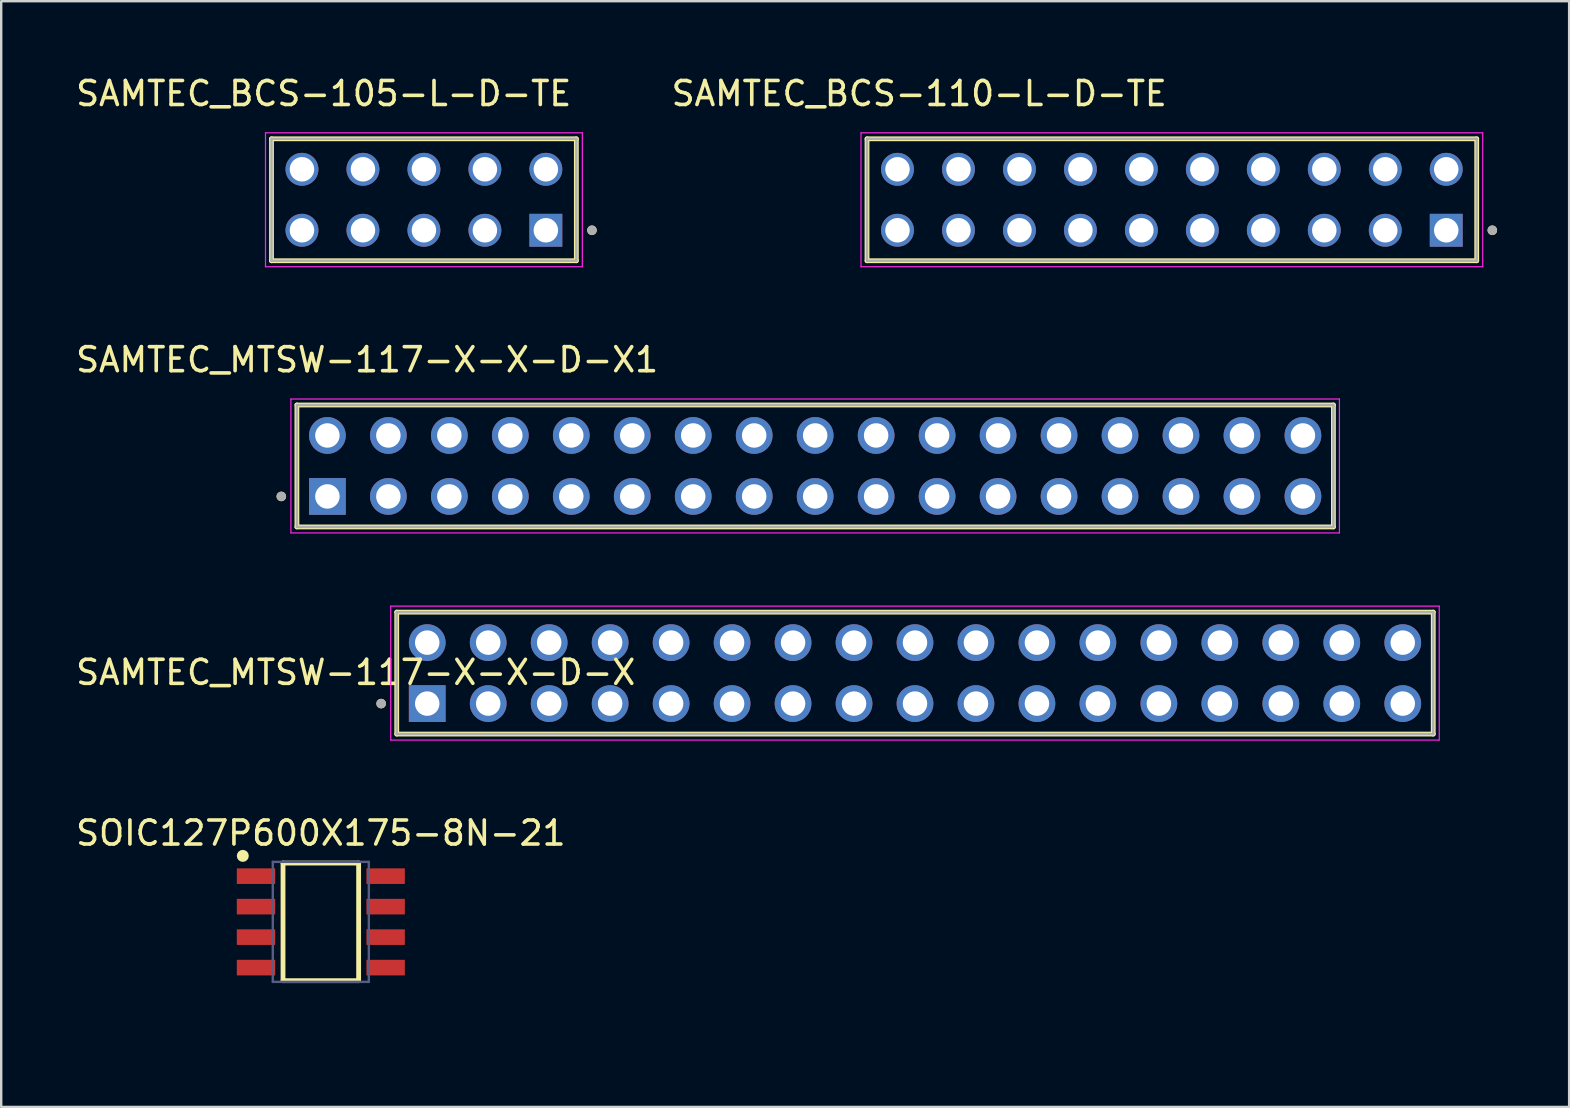
<source format=kicad_pcb>
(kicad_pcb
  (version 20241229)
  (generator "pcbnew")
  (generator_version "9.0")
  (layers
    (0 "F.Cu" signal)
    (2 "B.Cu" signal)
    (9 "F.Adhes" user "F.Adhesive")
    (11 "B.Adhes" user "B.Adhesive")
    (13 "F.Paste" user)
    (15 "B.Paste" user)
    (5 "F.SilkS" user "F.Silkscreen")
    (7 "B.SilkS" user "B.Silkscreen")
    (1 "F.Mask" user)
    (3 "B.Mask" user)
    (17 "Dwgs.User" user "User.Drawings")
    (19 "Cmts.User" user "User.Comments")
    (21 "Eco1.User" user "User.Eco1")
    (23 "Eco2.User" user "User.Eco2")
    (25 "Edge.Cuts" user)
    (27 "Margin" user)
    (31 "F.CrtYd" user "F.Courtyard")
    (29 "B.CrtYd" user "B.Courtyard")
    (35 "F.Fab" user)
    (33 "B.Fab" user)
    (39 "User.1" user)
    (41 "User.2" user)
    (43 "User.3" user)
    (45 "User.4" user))
  (footprint "SAMTEC_BCS-110-L-D-TE"
    (layer "F.Cu")
    (at 45.769 5.273)
    (property "Reference" "SAMTEC_BCS-110-L-D-TE" (at -10.525 -4.425 0) (layer "F.SilkS") (effects (font (size 1 1) (thickness 0.15))))
    (attr through_hole)
    (fp_line (start -12.7 2.54) (end -12.7 -2.54) (stroke (width 0.2) (type solid)) (layer "F.SilkS"))
    (fp_line (start 12.7 -2.54) (end -12.7 -2.54) (stroke (width 0.2) (type solid)) (layer "F.SilkS"))
    (fp_line (start 12.7 -2.54) (end 12.7 2.54) (stroke (width 0.2) (type solid)) (layer "F.SilkS"))
    (fp_line (start 12.7 2.54) (end -12.7 2.54) (stroke (width 0.2) (type solid)) (layer "F.SilkS"))
    (fp_circle (center 13.35 1.27) (end 13.45 1.27) (stroke (width 0.2) (type solid)) (fill no) (layer "F.SilkS"))
    (fp_line (start -12.95 -2.79) (end 12.95 -2.79) (stroke (width 0.05) (type solid)) (layer "F.CrtYd"))
    (fp_line (start -12.95 2.79) (end -12.95 -2.79) (stroke (width 0.05) (type solid)) (layer "F.CrtYd"))
    (fp_line (start 12.95 -2.79) (end 12.95 2.79) (stroke (width 0.05) (type solid)) (layer "F.CrtYd"))
    (fp_line (start 12.95 2.79) (end -12.95 2.79) (stroke (width 0.05) (type solid)) (layer "F.CrtYd"))
    (fp_line (start -12.7 -2.54) (end 12.7 -2.54) (stroke (width 0.1) (type solid)) (layer "F.Fab"))
    (fp_line (start -12.7 2.54) (end -12.7 -2.54) (stroke (width 0.1) (type solid)) (layer "F.Fab"))
    (fp_line (start 12.7 -2.54) (end 12.7 2.54) (stroke (width 0.1) (type solid)) (layer "F.Fab"))
    (fp_line (start 12.7 2.54) (end -12.7 2.54) (stroke (width 0.1) (type solid)) (layer "F.Fab"))
    (fp_circle (center 13.35 1.27) (end 13.45 1.27) (stroke (width 0.2) (type solid)) (fill no) (layer "F.Fab"))
    (pad "01" thru_hole rect (at 11.43 1.27) (size 1.37 1.37) (drill 1.02) (layers "*.Cu" "*.Mask"))
    (pad "02" thru_hole circle (at 11.43 -1.27) (size 1.37 1.37) (drill 1.02) (layers "*.Cu" "*.Mask"))
    (pad "03" thru_hole circle (at 8.89 1.27) (size 1.37 1.37) (drill 1.02) (layers "*.Cu" "*.Mask"))
    (pad "04" thru_hole circle (at 8.89 -1.27) (size 1.37 1.37) (drill 1.02) (layers "*.Cu" "*.Mask"))
    (pad "05" thru_hole circle (at 6.35 1.27) (size 1.37 1.37) (drill 1.02) (layers "*.Cu" "*.Mask"))
    (pad "06" thru_hole circle (at 6.35 -1.27) (size 1.37 1.37) (drill 1.02) (layers "*.Cu" "*.Mask"))
    (pad "07" thru_hole circle (at 3.81 1.27) (size 1.37 1.37) (drill 1.02) (layers "*.Cu" "*.Mask"))
    (pad "08" thru_hole circle (at 3.81 -1.27) (size 1.37 1.37) (drill 1.02) (layers "*.Cu" "*.Mask"))
    (pad "09" thru_hole circle (at 1.27 1.27) (size 1.37 1.37) (drill 1.02) (layers "*.Cu" "*.Mask"))
    (pad "10" thru_hole circle (at 1.27 -1.27) (size 1.37 1.37) (drill 1.02) (layers "*.Cu" "*.Mask"))
    (pad "11" thru_hole circle (at -1.27 1.27) (size 1.37 1.37) (drill 1.02) (layers "*.Cu" "*.Mask"))
    (pad "12" thru_hole circle (at -1.27 -1.27) (size 1.37 1.37) (drill 1.02) (layers "*.Cu" "*.Mask"))
    (pad "13" thru_hole circle (at -3.81 1.27) (size 1.37 1.37) (drill 1.02) (layers "*.Cu" "*.Mask"))
    (pad "14" thru_hole circle (at -3.81 -1.27) (size 1.37 1.37) (drill 1.02) (layers "*.Cu" "*.Mask"))
    (pad "15" thru_hole circle (at -6.35 1.27) (size 1.37 1.37) (drill 1.02) (layers "*.Cu" "*.Mask"))
    (pad "16" thru_hole circle (at -6.35 -1.27) (size 1.37 1.37) (drill 1.02) (layers "*.Cu" "*.Mask"))
    (pad "17" thru_hole circle (at -8.89 1.27) (size 1.37 1.37) (drill 1.02) (layers "*.Cu" "*.Mask"))
    (pad "18" thru_hole circle (at -8.89 -1.27) (size 1.37 1.37) (drill 1.02) (layers "*.Cu" "*.Mask"))
    (pad "19" thru_hole circle (at -11.43 1.27) (size 1.37 1.37) (drill 1.02) (layers "*.Cu" "*.Mask"))
    (pad "20" thru_hole circle (at -11.43 -1.27) (size 1.37 1.37) (drill 1.02) (layers "*.Cu" "*.Mask")))
  (footprint "SAMTEC_MTSW-117-X-X-D-X"
    (layer "F.Cu")
    (at 35.068 24.991)
    (property "Reference" "SAMTEC_MTSW-117-X-X-D-X" (at -23.3 -0.03 0) (layer "F.SilkS") (effects (font (size 1 1) (thickness 0.15))))
    (attr through_hole)
    (fp_line (start -21.59 2.54) (end -21.59 -2.54) (stroke (width 0.2) (type solid)) (layer "F.SilkS"))
    (fp_line (start 21.59 -2.54) (end -21.59 -2.54) (stroke (width 0.2) (type solid)) (layer "F.SilkS"))
    (fp_line (start 21.59 -2.54) (end 21.59 2.54) (stroke (width 0.2) (type solid)) (layer "F.SilkS"))
    (fp_line (start 21.59 2.54) (end -21.59 2.54) (stroke (width 0.2) (type solid)) (layer "F.SilkS"))
    (fp_circle (center -22.24 1.27) (end -22.14 1.27) (stroke (width 0.2) (type solid)) (fill no) (layer "F.SilkS"))
    (fp_line (start -21.84 -2.79) (end 21.84 -2.79) (stroke (width 0.05) (type solid)) (layer "F.CrtYd"))
    (fp_line (start -21.84 2.79) (end -21.84 -2.79) (stroke (width 0.05) (type solid)) (layer "F.CrtYd"))
    (fp_line (start 21.84 -2.79) (end 21.84 2.79) (stroke (width 0.05) (type solid)) (layer "F.CrtYd"))
    (fp_line (start 21.84 2.79) (end -21.84 2.79) (stroke (width 0.05) (type solid)) (layer "F.CrtYd"))
    (fp_line (start -21.59 -2.54) (end 21.59 -2.54) (stroke (width 0.1) (type solid)) (layer "F.Fab"))
    (fp_line (start -21.59 2.54) (end -21.59 -2.54) (stroke (width 0.1) (type solid)) (layer "F.Fab"))
    (fp_line (start 21.59 -2.54) (end 21.59 2.54) (stroke (width 0.1) (type solid)) (layer "F.Fab"))
    (fp_line (start 21.59 2.54) (end -21.59 2.54) (stroke (width 0.1) (type solid)) (layer "F.Fab"))
    (fp_circle (center -22.24 1.27) (end -22.14 1.27) (stroke (width 0.2) (type solid)) (fill no) (layer "F.Fab"))
    (pad "01" thru_hole rect (at -20.32 1.27) (size 1.53 1.53) (drill 1.02) (layers "*.Cu" "*.Mask"))
    (pad "02" thru_hole circle (at -20.32 -1.27) (size 1.53 1.53) (drill 1.02) (layers "*.Cu" "*.Mask"))
    (pad "03" thru_hole circle (at -17.78 1.27) (size 1.53 1.53) (drill 1.02) (layers "*.Cu" "*.Mask"))
    (pad "04" thru_hole circle (at -17.78 -1.27) (size 1.53 1.53) (drill 1.02) (layers "*.Cu" "*.Mask"))
    (pad "05" thru_hole circle (at -15.24 1.27) (size 1.53 1.53) (drill 1.02) (layers "*.Cu" "*.Mask"))
    (pad "06" thru_hole circle (at -15.24 -1.27) (size 1.53 1.53) (drill 1.02) (layers "*.Cu" "*.Mask"))
    (pad "07" thru_hole circle (at -12.7 1.27) (size 1.53 1.53) (drill 1.02) (layers "*.Cu" "*.Mask"))
    (pad "08" thru_hole circle (at -12.7 -1.27) (size 1.53 1.53) (drill 1.02) (layers "*.Cu" "*.Mask"))
    (pad "09" thru_hole circle (at -10.16 1.27) (size 1.53 1.53) (drill 1.02) (layers "*.Cu" "*.Mask"))
    (pad "10" thru_hole circle (at -10.16 -1.27) (size 1.53 1.53) (drill 1.02) (layers "*.Cu" "*.Mask"))
    (pad "11" thru_hole circle (at -7.62 1.27) (size 1.53 1.53) (drill 1.02) (layers "*.Cu" "*.Mask"))
    (pad "12" thru_hole circle (at -7.62 -1.27) (size 1.53 1.53) (drill 1.02) (layers "*.Cu" "*.Mask"))
    (pad "13" thru_hole circle (at -5.08 1.27) (size 1.53 1.53) (drill 1.02) (layers "*.Cu" "*.Mask"))
    (pad "14" thru_hole circle (at -5.08 -1.27) (size 1.53 1.53) (drill 1.02) (layers "*.Cu" "*.Mask"))
    (pad "15" thru_hole circle (at -2.54 1.27) (size 1.53 1.53) (drill 1.02) (layers "*.Cu" "*.Mask"))
    (pad "16" thru_hole circle (at -2.54 -1.27) (size 1.53 1.53) (drill 1.02) (layers "*.Cu" "*.Mask"))
    (pad "17" thru_hole circle (at 0 1.27) (size 1.53 1.53) (drill 1.02) (layers "*.Cu" "*.Mask"))
    (pad "18" thru_hole circle (at 0 -1.27) (size 1.53 1.53) (drill 1.02) (layers "*.Cu" "*.Mask"))
    (pad "19" thru_hole circle (at 2.54 1.27) (size 1.53 1.53) (drill 1.02) (layers "*.Cu" "*.Mask"))
    (pad "20" thru_hole circle (at 2.54 -1.27) (size 1.53 1.53) (drill 1.02) (layers "*.Cu" "*.Mask"))
    (pad "21" thru_hole circle (at 5.08 1.27) (size 1.53 1.53) (drill 1.02) (layers "*.Cu" "*.Mask"))
    (pad "22" thru_hole circle (at 5.08 -1.27) (size 1.53 1.53) (drill 1.02) (layers "*.Cu" "*.Mask"))
    (pad "23" thru_hole circle (at 7.62 1.27) (size 1.53 1.53) (drill 1.02) (layers "*.Cu" "*.Mask"))
    (pad "24" thru_hole circle (at 7.62 -1.27) (size 1.53 1.53) (drill 1.02) (layers "*.Cu" "*.Mask"))
    (pad "25" thru_hole circle (at 10.16 1.27) (size 1.53 1.53) (drill 1.02) (layers "*.Cu" "*.Mask"))
    (pad "26" thru_hole circle (at 10.16 -1.27) (size 1.53 1.53) (drill 1.02) (layers "*.Cu" "*.Mask"))
    (pad "27" thru_hole circle (at 12.7 1.27) (size 1.53 1.53) (drill 1.02) (layers "*.Cu" "*.Mask"))
    (pad "28" thru_hole circle (at 12.7 -1.27) (size 1.53 1.53) (drill 1.02) (layers "*.Cu" "*.Mask"))
    (pad "29" thru_hole circle (at 15.24 1.27) (size 1.53 1.53) (drill 1.02) (layers "*.Cu" "*.Mask"))
    (pad "30" thru_hole circle (at 15.24 -1.27) (size 1.53 1.53) (drill 1.02) (layers "*.Cu" "*.Mask"))
    (pad "31" thru_hole circle (at 17.78 1.27) (size 1.53 1.53) (drill 1.02) (layers "*.Cu" "*.Mask"))
    (pad "32" thru_hole circle (at 17.78 -1.27) (size 1.53 1.53) (drill 1.02) (layers "*.Cu" "*.Mask"))
    (pad "33" thru_hole circle (at 20.32 1.27) (size 1.53 1.53) (drill 1.02) (layers "*.Cu" "*.Mask"))
    (pad "34" thru_hole circle (at 20.32 -1.27) (size 1.53 1.53) (drill 1.02) (layers "*.Cu" "*.Mask")))
  (footprint "SAMTEC_BCS-105-L-D-TE"
    (layer "F.Cu")
    (at 14.61 5.273)
    (property "Reference" "SAMTEC_BCS-105-L-D-TE" (at -4.175 -4.425 0) (layer "F.SilkS") (effects (font (size 1 1) (thickness 0.15))))
    (attr through_hole)
    (fp_line (start -6.35 2.54) (end -6.35 -2.54) (stroke (width 0.2) (type solid)) (layer "F.SilkS"))
    (fp_line (start 6.35 -2.54) (end -6.35 -2.54) (stroke (width 0.2) (type solid)) (layer "F.SilkS"))
    (fp_line (start 6.35 -2.54) (end 6.35 2.54) (stroke (width 0.2) (type solid)) (layer "F.SilkS"))
    (fp_line (start 6.35 2.54) (end -6.35 2.54) (stroke (width 0.2) (type solid)) (layer "F.SilkS"))
    (fp_circle (center 7 1.27) (end 7.1 1.27) (stroke (width 0.2) (type solid)) (fill no) (layer "F.SilkS"))
    (fp_line (start -6.6 -2.79) (end 6.6 -2.79) (stroke (width 0.05) (type solid)) (layer "F.CrtYd"))
    (fp_line (start -6.6 2.79) (end -6.6 -2.79) (stroke (width 0.05) (type solid)) (layer "F.CrtYd"))
    (fp_line (start 6.6 -2.79) (end 6.6 2.79) (stroke (width 0.05) (type solid)) (layer "F.CrtYd"))
    (fp_line (start 6.6 2.79) (end -6.6 2.79) (stroke (width 0.05) (type solid)) (layer "F.CrtYd"))
    (fp_line (start -6.35 -2.54) (end 6.35 -2.54) (stroke (width 0.1) (type solid)) (layer "F.Fab"))
    (fp_line (start -6.35 2.54) (end -6.35 -2.54) (stroke (width 0.1) (type solid)) (layer "F.Fab"))
    (fp_line (start 6.35 -2.54) (end 6.35 2.54) (stroke (width 0.1) (type solid)) (layer "F.Fab"))
    (fp_line (start 6.35 2.54) (end -6.35 2.54) (stroke (width 0.1) (type solid)) (layer "F.Fab"))
    (fp_circle (center 7 1.27) (end 7.1 1.27) (stroke (width 0.2) (type solid)) (fill no) (layer "F.Fab"))
    (pad "01" thru_hole rect (at 5.08 1.27) (size 1.37 1.37) (drill 1.02) (layers "*.Cu" "*.Mask"))
    (pad "02" thru_hole circle (at 5.08 -1.27) (size 1.37 1.37) (drill 1.02) (layers "*.Cu" "*.Mask"))
    (pad "03" thru_hole circle (at 2.54 1.27) (size 1.37 1.37) (drill 1.02) (layers "*.Cu" "*.Mask"))
    (pad "04" thru_hole circle (at 2.54 -1.27) (size 1.37 1.37) (drill 1.02) (layers "*.Cu" "*.Mask"))
    (pad "05" thru_hole circle (at 0 1.27) (size 1.37 1.37) (drill 1.02) (layers "*.Cu" "*.Mask"))
    (pad "06" thru_hole circle (at 0 -1.27) (size 1.37 1.37) (drill 1.02) (layers "*.Cu" "*.Mask"))
    (pad "07" thru_hole circle (at -2.54 1.27) (size 1.37 1.37) (drill 1.02) (layers "*.Cu" "*.Mask"))
    (pad "08" thru_hole circle (at -2.54 -1.27) (size 1.37 1.37) (drill 1.02) (layers "*.Cu" "*.Mask"))
    (pad "09" thru_hole circle (at -5.08 1.27) (size 1.37 1.37) (drill 1.02) (layers "*.Cu" "*.Mask"))
    (pad "10" thru_hole circle (at -5.08 -1.27) (size 1.37 1.37) (drill 1.02) (layers "*.Cu" "*.Mask")))
  (footprint "SOIC127P600X175-8N-21"
    (layer "F.Cu")
    (at 10.315 35.355)
    (property "Reference" "SOIC127P600X175-8N-21" (at 0 -3.7 0) (layer "F.SilkS") (effects (font (size 1 1) (thickness 0.15))))
    (fp_line (start -1.575 -2.45) (end 1.575 -2.45) (stroke (width 0.2) (type solid)) (layer "F.SilkS"))
    (fp_line (start -1.575 2.45) (end -1.575 -2.45) (stroke (width 0.2) (type solid)) (layer "F.SilkS"))
    (fp_line (start -1.575 2.45) (end 1.575 2.45) (stroke (width 0.2) (type solid)) (layer "F.SilkS"))
    (fp_line (start 1.575 2.45) (end 1.575 -2.45) (stroke (width 0.2) (type solid)) (layer "F.SilkS"))
    (fp_circle (center -3.25 -2.75) (end -3.25 -2.875) (stroke (width 0.25) (type solid)) (fill no) (layer "F.SilkS"))
    (fp_line (start -3.75 -2.75) (end 3.75 -2.75) (stroke (width 0.1) (type solid)) (layer "Eco2.User"))
    (fp_line (start -3.75 2.75) (end -3.75 -2.75) (stroke (width 0.1) (type solid)) (layer "Eco2.User"))
    (fp_line (start -3.75 2.75) (end 3.75 2.75) (stroke (width 0.1) (type solid)) (layer "Eco2.User"))
    (fp_line (start -0.5 0) (end 0.5 0) (stroke (width 0.1) (type solid)) (layer "Eco2.User"))
    (fp_line (start 0 0.5) (end 0 -0.5) (stroke (width 0.1) (type solid)) (layer "Eco2.User"))
    (fp_line (start 3.75 2.75) (end 3.75 -2.75) (stroke (width 0.1) (type solid)) (layer "Eco2.User"))
    (fp_line (start -2 -2.5) (end 2 -2.5) (stroke (width 0.1) (type solid)) (layer "B.Fab"))
    (fp_line (start -2 2.5) (end -2 -2.5) (stroke (width 0.1) (type solid)) (layer "B.Fab"))
    (fp_line (start -2 2.5) (end 2 2.5) (stroke (width 0.1) (type solid)) (layer "B.Fab"))
    (fp_line (start 2 2.5) (end 2 -2.5) (stroke (width 0.1) (type solid)) (layer "B.Fab"))
    (fp_text user "${REFERENCE}" (at 0 4.5 0) (unlocked yes) (layer "User.3") (effects (font (face "Arial") (size 0.756 0.756) (thickness 0.254)) (justify left bottom)))
    (pad "1" smd rect (at -2.7 -1.905) (size 1.6 0.65) (layers "F.Cu" "F.Mask" "F.Paste"))
    (pad "2" smd rect (at -2.7 -0.635) (size 1.6 0.65) (layers "F.Cu" "F.Mask" "F.Paste"))
    (pad "3" smd rect (at -2.7 0.635) (size 1.6 0.65) (layers "F.Cu" "F.Mask" "F.Paste"))
    (pad "4" smd rect (at -2.7 1.905) (size 1.6 0.65) (layers "F.Cu" "F.Mask" "F.Paste"))
    (pad "5" smd rect (at 2.7 1.905) (size 1.6 0.65) (layers "F.Cu" "F.Mask" "F.Paste"))
    (pad "6" smd rect (at 2.7 0.635) (size 1.6 0.65) (layers "F.Cu" "F.Mask" "F.Paste"))
    (pad "7" smd rect (at 2.7 -0.635) (size 1.6 0.65) (layers "F.Cu" "F.Mask" "F.Paste"))
    (pad "8" smd rect (at 2.7 -1.905) (size 1.6 0.65) (layers "F.Cu" "F.Mask" "F.Paste")))
  (footprint "SAMTEC_MTSW-117-X-X-D-X1"
    (layer "F.Cu")
    (at 30.909 16.361)
    (property "Reference" "SAMTEC_MTSW-117-X-X-D-X1" (at -18.665 -4.425 0) (layer "F.SilkS") (effects (font (size 1 1) (thickness 0.15))))
    (attr through_hole)
    (fp_line (start -21.59 2.54) (end -21.59 -2.54) (stroke (width 0.2) (type solid)) (layer "F.SilkS"))
    (fp_line (start 21.59 -2.54) (end -21.59 -2.54) (stroke (width 0.2) (type solid)) (layer "F.SilkS"))
    (fp_line (start 21.59 -2.54) (end 21.59 2.54) (stroke (width 0.2) (type solid)) (layer "F.SilkS"))
    (fp_line (start 21.59 2.54) (end -21.59 2.54) (stroke (width 0.2) (type solid)) (layer "F.SilkS"))
    (fp_circle (center -22.24 1.27) (end -22.14 1.27) (stroke (width 0.2) (type solid)) (fill no) (layer "F.SilkS"))
    (fp_line (start -21.84 -2.79) (end 21.84 -2.79) (stroke (width 0.05) (type solid)) (layer "F.CrtYd"))
    (fp_line (start -21.84 2.79) (end -21.84 -2.79) (stroke (width 0.05) (type solid)) (layer "F.CrtYd"))
    (fp_line (start 21.84 -2.79) (end 21.84 2.79) (stroke (width 0.05) (type solid)) (layer "F.CrtYd"))
    (fp_line (start 21.84 2.79) (end -21.84 2.79) (stroke (width 0.05) (type solid)) (layer "F.CrtYd"))
    (fp_line (start -21.59 -2.54) (end 21.59 -2.54) (stroke (width 0.1) (type solid)) (layer "F.Fab"))
    (fp_line (start -21.59 2.54) (end -21.59 -2.54) (stroke (width 0.1) (type solid)) (layer "F.Fab"))
    (fp_line (start 21.59 -2.54) (end 21.59 2.54) (stroke (width 0.1) (type solid)) (layer "F.Fab"))
    (fp_line (start 21.59 2.54) (end -21.59 2.54) (stroke (width 0.1) (type solid)) (layer "F.Fab"))
    (fp_circle (center -22.24 1.27) (end -22.14 1.27) (stroke (width 0.2) (type solid)) (fill no) (layer "F.Fab"))
    (pad "01" thru_hole rect (at -20.32 1.27) (size 1.53 1.53) (drill 1.02) (layers "*.Cu" "*.Mask"))
    (pad "02" thru_hole circle (at -20.32 -1.27) (size 1.53 1.53) (drill 1.02) (layers "*.Cu" "*.Mask"))
    (pad "03" thru_hole circle (at -17.78 1.27) (size 1.53 1.53) (drill 1.02) (layers "*.Cu" "*.Mask"))
    (pad "04" thru_hole circle (at -17.78 -1.27) (size 1.53 1.53) (drill 1.02) (layers "*.Cu" "*.Mask"))
    (pad "05" thru_hole circle (at -15.24 1.27) (size 1.53 1.53) (drill 1.02) (layers "*.Cu" "*.Mask"))
    (pad "06" thru_hole circle (at -15.24 -1.27) (size 1.53 1.53) (drill 1.02) (layers "*.Cu" "*.Mask"))
    (pad "07" thru_hole circle (at -12.7 1.27) (size 1.53 1.53) (drill 1.02) (layers "*.Cu" "*.Mask"))
    (pad "08" thru_hole circle (at -12.7 -1.27) (size 1.53 1.53) (drill 1.02) (layers "*.Cu" "*.Mask"))
    (pad "09" thru_hole circle (at -10.16 1.27) (size 1.53 1.53) (drill 1.02) (layers "*.Cu" "*.Mask"))
    (pad "10" thru_hole circle (at -10.16 -1.27) (size 1.53 1.53) (drill 1.02) (layers "*.Cu" "*.Mask"))
    (pad "11" thru_hole circle (at -7.62 1.27) (size 1.53 1.53) (drill 1.02) (layers "*.Cu" "*.Mask"))
    (pad "12" thru_hole circle (at -7.62 -1.27) (size 1.53 1.53) (drill 1.02) (layers "*.Cu" "*.Mask"))
    (pad "13" thru_hole circle (at -5.08 1.27) (size 1.53 1.53) (drill 1.02) (layers "*.Cu" "*.Mask"))
    (pad "14" thru_hole circle (at -5.08 -1.27) (size 1.53 1.53) (drill 1.02) (layers "*.Cu" "*.Mask"))
    (pad "15" thru_hole circle (at -2.54 1.27) (size 1.53 1.53) (drill 1.02) (layers "*.Cu" "*.Mask"))
    (pad "16" thru_hole circle (at -2.54 -1.27) (size 1.53 1.53) (drill 1.02) (layers "*.Cu" "*.Mask"))
    (pad "17" thru_hole circle (at 0 1.27) (size 1.53 1.53) (drill 1.02) (layers "*.Cu" "*.Mask"))
    (pad "18" thru_hole circle (at 0 -1.27) (size 1.53 1.53) (drill 1.02) (layers "*.Cu" "*.Mask"))
    (pad "19" thru_hole circle (at 2.54 1.27) (size 1.53 1.53) (drill 1.02) (layers "*.Cu" "*.Mask"))
    (pad "20" thru_hole circle (at 2.54 -1.27) (size 1.53 1.53) (drill 1.02) (layers "*.Cu" "*.Mask"))
    (pad "21" thru_hole circle (at 5.08 1.27) (size 1.53 1.53) (drill 1.02) (layers "*.Cu" "*.Mask"))
    (pad "22" thru_hole circle (at 5.08 -1.27) (size 1.53 1.53) (drill 1.02) (layers "*.Cu" "*.Mask"))
    (pad "23" thru_hole circle (at 7.62 1.27) (size 1.53 1.53) (drill 1.02) (layers "*.Cu" "*.Mask"))
    (pad "24" thru_hole circle (at 7.62 -1.27) (size 1.53 1.53) (drill 1.02) (layers "*.Cu" "*.Mask"))
    (pad "25" thru_hole circle (at 10.16 1.27) (size 1.53 1.53) (drill 1.02) (layers "*.Cu" "*.Mask"))
    (pad "26" thru_hole circle (at 10.16 -1.27) (size 1.53 1.53) (drill 1.02) (layers "*.Cu" "*.Mask"))
    (pad "27" thru_hole circle (at 12.7 1.27) (size 1.53 1.53) (drill 1.02) (layers "*.Cu" "*.Mask"))
    (pad "28" thru_hole circle (at 12.7 -1.27) (size 1.53 1.53) (drill 1.02) (layers "*.Cu" "*.Mask"))
    (pad "29" thru_hole circle (at 15.24 1.27) (size 1.53 1.53) (drill 1.02) (layers "*.Cu" "*.Mask"))
    (pad "30" thru_hole circle (at 15.24 -1.27) (size 1.53 1.53) (drill 1.02) (layers "*.Cu" "*.Mask"))
    (pad "31" thru_hole circle (at 17.78 1.27) (size 1.53 1.53) (drill 1.02) (layers "*.Cu" "*.Mask"))
    (pad "32" thru_hole circle (at 17.78 -1.27) (size 1.53 1.53) (drill 1.02) (layers "*.Cu" "*.Mask"))
    (pad "33" thru_hole circle (at 20.32 1.27) (size 1.53 1.53) (drill 1.02) (layers "*.Cu" "*.Mask"))
    (pad "34" thru_hole circle (at 20.32 -1.27) (size 1.53 1.53) (drill 1.02) (layers "*.Cu" "*.Mask")))
  (gr_rect
    (start -3 -3)
    (end 62.319 43.065)
    (stroke (width 0.1) (type default))
    (fill no)
    (layer "Edge.Cuts")))
</source>
